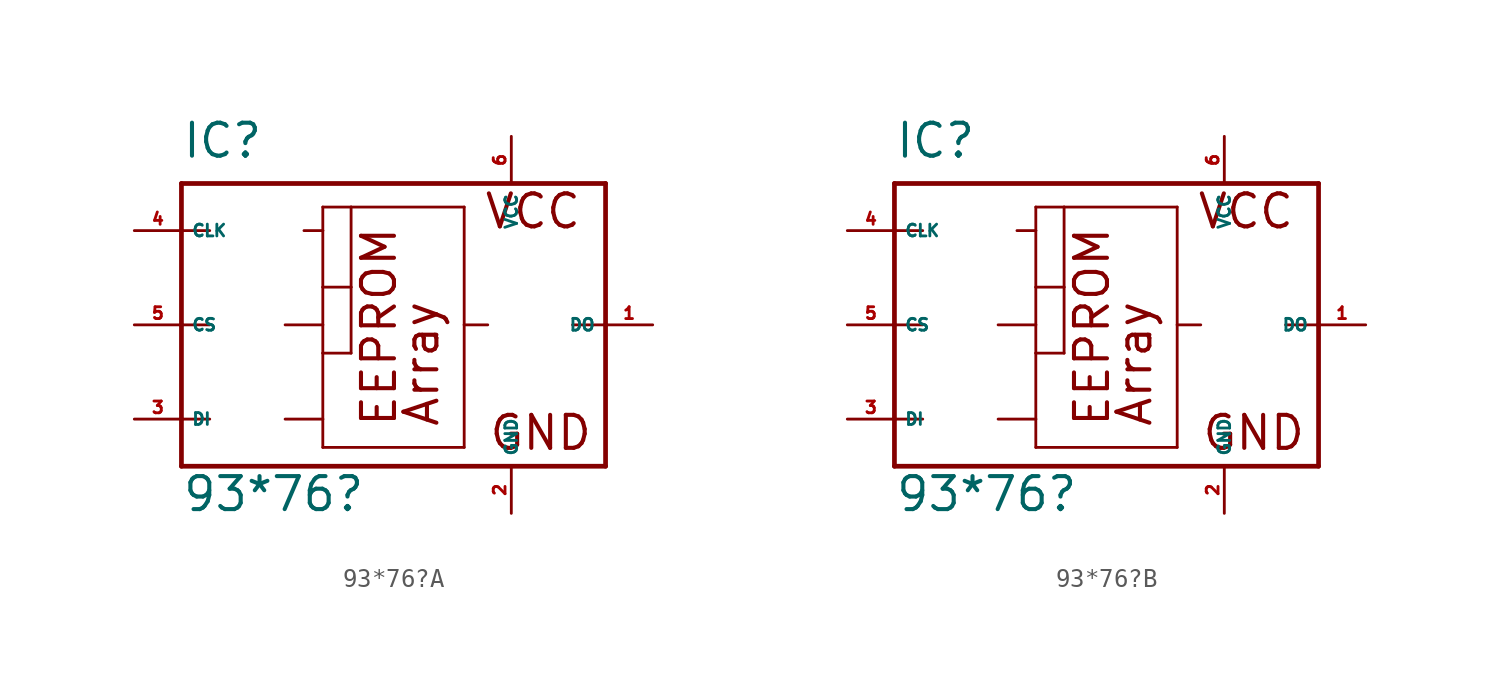
<source format=kicad_sym>
(kicad_symbol_lib
  (version 20220914)
  (generator Eagle2Kicad)
  (symbol "93*76?A"
    (property "Reference" "IC"
      (at -10.16 8.89 0)
      (effects (font (size 1.778 1.778) (thickness 0.22)) (justify left bottom)))
    (property "Value" "93*76?"
      (at -10.16 -10.16 0)
      (effects (font (size 1.778 1.778) (thickness 0.22)) (justify left bottom)))
    (polyline
      (pts (xy -10.16 7.62) (xy 12.7 7.62))
      (stroke (width 0.254) (type default))
      (fill (type none)))
    (polyline
      (pts (xy 12.7 7.62) (xy 12.7 0))
      (stroke (width 0.254) (type default))
      (fill (type none)))
    (polyline
      (pts (xy 12.7 0) (xy 12.7 -7.62))
      (stroke (width 0.254) (type default))
      (fill (type none)))
    (polyline
      (pts (xy 12.7 -7.62) (xy -10.16 -7.62))
      (stroke (width 0.254) (type default))
      (fill (type none)))
    (polyline
      (pts (xy -10.16 -7.62) (xy -10.16 -5.08))
      (stroke (width 0.254) (type default))
      (fill (type none)))
    (polyline
      (pts (xy -10.16 -5.08) (xy -10.16 0))
      (stroke (width 0.254) (type default))
      (fill (type none)))
    (polyline
      (pts (xy -10.16 0) (xy -10.16 5.08))
      (stroke (width 0.254) (type default))
      (fill (type none)))
    (polyline
      (pts (xy -10.16 5.08) (xy -10.16 7.62))
      (stroke (width 0.254) (type default))
      (fill (type none)))
    (polyline
      (pts (xy -2.54 6.35) (xy -1.016 6.35))
      (stroke (width 0.152) (type default))
      (fill (type none)))
    (polyline
      (pts (xy -1.016 6.35) (xy 5.08 6.35))
      (stroke (width 0.152) (type default))
      (fill (type none)))
    (polyline
      (pts (xy 5.08 6.35) (xy 5.08 0))
      (stroke (width 0.152) (type default))
      (fill (type none)))
    (polyline
      (pts (xy 5.08 0) (xy 5.08 -6.604))
      (stroke (width 0.152) (type default))
      (fill (type none)))
    (polyline
      (pts (xy 5.08 -6.604) (xy -2.54 -6.604))
      (stroke (width 0.152) (type default))
      (fill (type none)))
    (polyline
      (pts (xy -2.54 -6.604) (xy -2.54 -5.08))
      (stroke (width 0.152) (type default))
      (fill (type none)))
    (polyline
      (pts (xy -2.54 -5.08) (xy -2.54 -1.524))
      (stroke (width 0.152) (type default))
      (fill (type none)))
    (polyline
      (pts (xy -2.54 -1.524) (xy -2.54 0))
      (stroke (width 0.152) (type default))
      (fill (type none)))
    (polyline
      (pts (xy -2.54 0) (xy -2.54 2.032))
      (stroke (width 0.152) (type default))
      (fill (type none)))
    (polyline
      (pts (xy -2.54 2.032) (xy -2.54 5.08))
      (stroke (width 0.152) (type default))
      (fill (type none)))
    (polyline
      (pts (xy -2.54 5.08) (xy -2.54 6.35))
      (stroke (width 0.152) (type default))
      (fill (type none)))
    (polyline
      (pts (xy -10.16 0) (xy -8.636 0))
      (stroke (width 0.152) (type default))
      (fill (type none)))
    (polyline
      (pts (xy -10.16 -5.08) (xy -8.636 -5.08))
      (stroke (width 0.152) (type default))
      (fill (type none)))
    (polyline
      (pts (xy -10.16 5.08) (xy -8.636 5.08))
      (stroke (width 0.152) (type default))
      (fill (type none)))
    (polyline
      (pts (xy -3.556 5.08) (xy -2.54 5.08))
      (stroke (width 0.152) (type default))
      (fill (type none)))
    (polyline
      (pts (xy 12.7 0) (xy 10.922 0))
      (stroke (width 0.152) (type default))
      (fill (type none)))
    (polyline
      (pts (xy 6.35 0) (xy 5.08 0))
      (stroke (width 0.152) (type default))
      (fill (type none)))
    (polyline
      (pts (xy -1.016 2.032) (xy -1.016 -1.524))
      (stroke (width 0.152) (type default))
      (fill (type none)))
    (polyline
      (pts (xy -4.572 0) (xy -2.54 0))
      (stroke (width 0.152) (type default))
      (fill (type none)))
    (polyline
      (pts (xy -2.54 2.032) (xy -1.016 2.032))
      (stroke (width 0.152) (type default))
      (fill (type none)))
    (polyline
      (pts (xy -2.54 -1.524) (xy -1.016 -1.524))
      (stroke (width 0.152) (type default))
      (fill (type none)))
    (polyline
      (pts (xy -1.016 6.35) (xy -1.016 2.032))
      (stroke (width 0.152) (type default))
      (fill (type none)))
    (polyline
      (pts (xy -4.572 -5.08) (xy -2.54 -5.08))
      (stroke (width 0.152) (type default))
      (fill (type none)))
    (text "Array"
      (at 3.81 -5.588 900)
      (effects (font (size 1.778 1.778) (thickness 0.22)) (justify left bottom)))
    (text "VCC"
      (at 6.096 5.08 0)
      (effects (font (size 1.778 1.778) (thickness 0.22)) (justify left bottom)))
    (text "GND"
      (at 6.35 -6.858 0)
      (effects (font (size 1.778 1.778) (thickness 0.22)) (justify left bottom)))
    (text "EEPROM"
      (at 1.524 -5.588 900)
      (effects (font (size 1.778 1.778) (thickness 0.22)) (justify left bottom)))
    (pin unspecified line
      (at 7.62 10.16 270)
      (length 2.54)
      (name "VCC" (effects (font (size 0.635 0.635) (thickness 0.08)) (justify left bottom)))
      (number "6" (effects (font (size 0.635 0.635) (thickness 0.08)) (justify left bottom))))
    (pin unspecified line
      (at 7.62 -10.16 90)
      (length 2.54)
      (name "GND" (effects (font (size 0.635 0.635) (thickness 0.08)) (justify left bottom)))
      (number "2" (effects (font (size 0.635 0.635) (thickness 0.08)) (justify left bottom))))
    (pin input line
      (at -12.7 5.08 0)
      (length 2.54)
      (name "CLK" (effects (font (size 0.635 0.635) (thickness 0.08)) (justify left bottom)))
      (number "4" (effects (font (size 0.635 0.635) (thickness 0.08)) (justify left bottom))))
    (pin tri_state line
      (at 15.24 0 180)
      (length 2.54)
      (name "DO" (effects (font (size 0.635 0.635) (thickness 0.08)) (justify left bottom)))
      (number "1" (effects (font (size 0.635 0.635) (thickness 0.08)) (justify left bottom))))
    (pin input line
      (at -12.7 -5.08 0)
      (length 2.54)
      (name "DI" (effects (font (size 0.635 0.635) (thickness 0.08)) (justify left bottom)))
      (number "3" (effects (font (size 0.635 0.635) (thickness 0.08)) (justify left bottom))))
    (pin input line
      (at -12.7 0 0)
      (length 2.54)
      (name "CS" (effects (font (size 0.635 0.635) (thickness 0.08)) (justify left bottom)))
      (number "5" (effects (font (size 0.635 0.635) (thickness 0.08)) (justify left bottom)))))
  (symbol "93*76?B"
    (property "Reference" "IC"
      (at -10.16 8.89 0)
      (effects (font (size 1.778 1.778) (thickness 0.22)) (justify left bottom)))
    (property "Value" "93*76?"
      (at -10.16 -10.16 0)
      (effects (font (size 1.778 1.778) (thickness 0.22)) (justify left bottom)))
    (polyline
      (pts (xy -10.16 7.62) (xy 12.7 7.62))
      (stroke (width 0.254) (type default))
      (fill (type none)))
    (polyline
      (pts (xy 12.7 7.62) (xy 12.7 0))
      (stroke (width 0.254) (type default))
      (fill (type none)))
    (polyline
      (pts (xy 12.7 0) (xy 12.7 -7.62))
      (stroke (width 0.254) (type default))
      (fill (type none)))
    (polyline
      (pts (xy 12.7 -7.62) (xy -10.16 -7.62))
      (stroke (width 0.254) (type default))
      (fill (type none)))
    (polyline
      (pts (xy -10.16 -7.62) (xy -10.16 -5.08))
      (stroke (width 0.254) (type default))
      (fill (type none)))
    (polyline
      (pts (xy -10.16 -5.08) (xy -10.16 0))
      (stroke (width 0.254) (type default))
      (fill (type none)))
    (polyline
      (pts (xy -10.16 0) (xy -10.16 5.08))
      (stroke (width 0.254) (type default))
      (fill (type none)))
    (polyline
      (pts (xy -10.16 5.08) (xy -10.16 7.62))
      (stroke (width 0.254) (type default))
      (fill (type none)))
    (polyline
      (pts (xy -2.54 6.35) (xy -1.016 6.35))
      (stroke (width 0.152) (type default))
      (fill (type none)))
    (polyline
      (pts (xy -1.016 6.35) (xy 5.08 6.35))
      (stroke (width 0.152) (type default))
      (fill (type none)))
    (polyline
      (pts (xy 5.08 6.35) (xy 5.08 0))
      (stroke (width 0.152) (type default))
      (fill (type none)))
    (polyline
      (pts (xy 5.08 0) (xy 5.08 -6.604))
      (stroke (width 0.152) (type default))
      (fill (type none)))
    (polyline
      (pts (xy 5.08 -6.604) (xy -2.54 -6.604))
      (stroke (width 0.152) (type default))
      (fill (type none)))
    (polyline
      (pts (xy -2.54 -6.604) (xy -2.54 -5.08))
      (stroke (width 0.152) (type default))
      (fill (type none)))
    (polyline
      (pts (xy -2.54 -5.08) (xy -2.54 -1.524))
      (stroke (width 0.152) (type default))
      (fill (type none)))
    (polyline
      (pts (xy -2.54 -1.524) (xy -2.54 0))
      (stroke (width 0.152) (type default))
      (fill (type none)))
    (polyline
      (pts (xy -2.54 0) (xy -2.54 2.032))
      (stroke (width 0.152) (type default))
      (fill (type none)))
    (polyline
      (pts (xy -2.54 2.032) (xy -2.54 5.08))
      (stroke (width 0.152) (type default))
      (fill (type none)))
    (polyline
      (pts (xy -2.54 5.08) (xy -2.54 6.35))
      (stroke (width 0.152) (type default))
      (fill (type none)))
    (polyline
      (pts (xy -10.16 0) (xy -8.636 0))
      (stroke (width 0.152) (type default))
      (fill (type none)))
    (polyline
      (pts (xy -10.16 -5.08) (xy -8.636 -5.08))
      (stroke (width 0.152) (type default))
      (fill (type none)))
    (polyline
      (pts (xy -10.16 5.08) (xy -8.636 5.08))
      (stroke (width 0.152) (type default))
      (fill (type none)))
    (polyline
      (pts (xy -3.556 5.08) (xy -2.54 5.08))
      (stroke (width 0.152) (type default))
      (fill (type none)))
    (polyline
      (pts (xy 12.7 0) (xy 10.922 0))
      (stroke (width 0.152) (type default))
      (fill (type none)))
    (polyline
      (pts (xy 6.35 0) (xy 5.08 0))
      (stroke (width 0.152) (type default))
      (fill (type none)))
    (polyline
      (pts (xy -1.016 2.032) (xy -1.016 -1.524))
      (stroke (width 0.152) (type default))
      (fill (type none)))
    (polyline
      (pts (xy -4.572 0) (xy -2.54 0))
      (stroke (width 0.152) (type default))
      (fill (type none)))
    (polyline
      (pts (xy -2.54 2.032) (xy -1.016 2.032))
      (stroke (width 0.152) (type default))
      (fill (type none)))
    (polyline
      (pts (xy -2.54 -1.524) (xy -1.016 -1.524))
      (stroke (width 0.152) (type default))
      (fill (type none)))
    (polyline
      (pts (xy -1.016 6.35) (xy -1.016 2.032))
      (stroke (width 0.152) (type default))
      (fill (type none)))
    (polyline
      (pts (xy -4.572 -5.08) (xy -2.54 -5.08))
      (stroke (width 0.152) (type default))
      (fill (type none)))
    (text "Array"
      (at 3.81 -5.588 900)
      (effects (font (size 1.778 1.778) (thickness 0.22)) (justify left bottom)))
    (text "VCC"
      (at 6.096 5.08 0)
      (effects (font (size 1.778 1.778) (thickness 0.22)) (justify left bottom)))
    (text "GND"
      (at 6.35 -6.858 0)
      (effects (font (size 1.778 1.778) (thickness 0.22)) (justify left bottom)))
    (text "EEPROM"
      (at 1.524 -5.588 900)
      (effects (font (size 1.778 1.778) (thickness 0.22)) (justify left bottom)))
    (pin unspecified line
      (at 7.62 10.16 270)
      (length 2.54)
      (name "VCC" (effects (font (size 0.635 0.635) (thickness 0.08)) (justify left bottom)))
      (number "6" (effects (font (size 0.635 0.635) (thickness 0.08)) (justify left bottom))))
    (pin unspecified line
      (at 7.62 -10.16 90)
      (length 2.54)
      (name "GND" (effects (font (size 0.635 0.635) (thickness 0.08)) (justify left bottom)))
      (number "2" (effects (font (size 0.635 0.635) (thickness 0.08)) (justify left bottom))))
    (pin input line
      (at -12.7 5.08 0)
      (length 2.54)
      (name "CLK" (effects (font (size 0.635 0.635) (thickness 0.08)) (justify left bottom)))
      (number "4" (effects (font (size 0.635 0.635) (thickness 0.08)) (justify left bottom))))
    (pin tri_state line
      (at 15.24 0 180)
      (length 2.54)
      (name "DO" (effects (font (size 0.635 0.635) (thickness 0.08)) (justify left bottom)))
      (number "1" (effects (font (size 0.635 0.635) (thickness 0.08)) (justify left bottom))))
    (pin input line
      (at -12.7 -5.08 0)
      (length 2.54)
      (name "DI" (effects (font (size 0.635 0.635) (thickness 0.08)) (justify left bottom)))
      (number "3" (effects (font (size 0.635 0.635) (thickness 0.08)) (justify left bottom))))
    (pin input line
      (at -12.7 0 0)
      (length 2.54)
      (name "CS" (effects (font (size 0.635 0.635) (thickness 0.08)) (justify left bottom)))
      (number "5" (effects (font (size 0.635 0.635) (thickness 0.08)) (justify left bottom))))))
</source>
